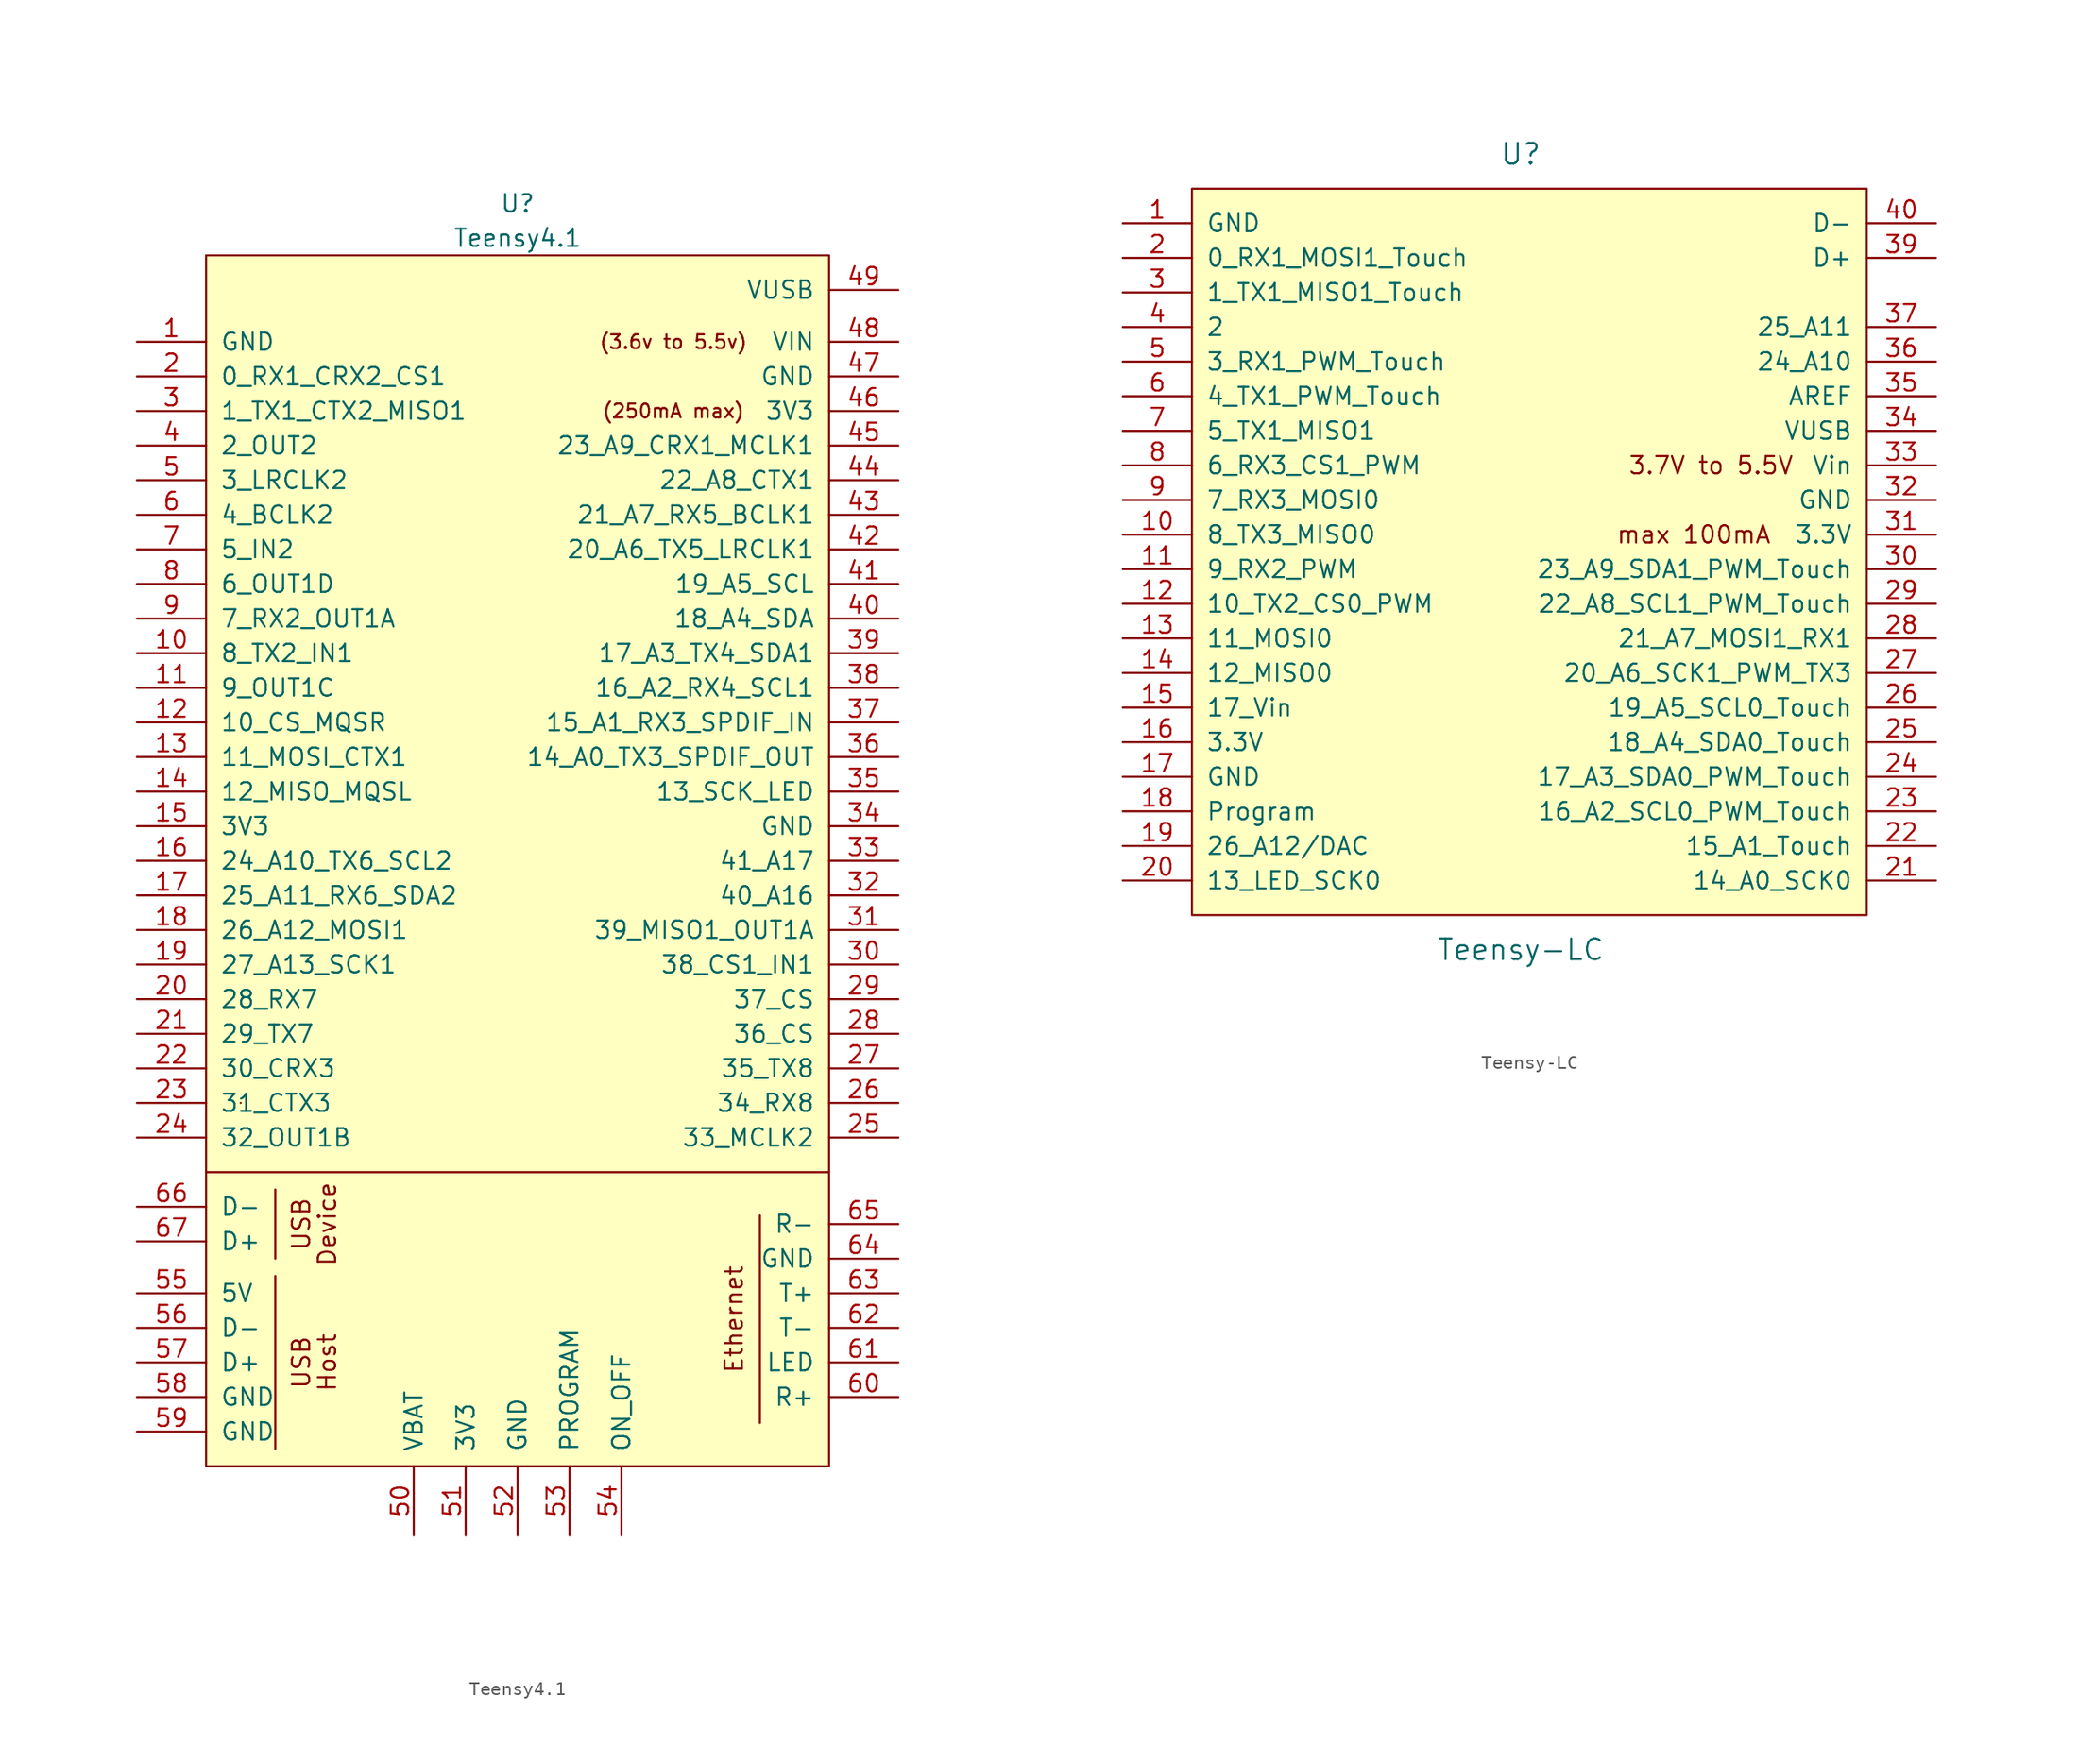
<source format=kicad_sym>
(kicad_symbol_lib
  (version 20211014)
  (generator kicad_symbol_editor)
  (symbol "Teensy4.1"
    (pin_names
      (offset 1.016))
    (property "Reference" "U"
      (at 0 64.77 0)
      (effects (font (size 1.27 1.27))))
    (property "Value" "Teensy4.1"
      (at 0 62.23 0)
      (effects (font (size 1.27 1.27))))
    (symbol "Teensy4.1_0_0"
      (polyline (pts (xy -22.86 -6.35) (xy 22.86 -6.35)) (stroke (width 0) (type default) (color 0 0 0 0)) (fill (type none)))
      (polyline (pts (xy -17.78 -26.67) (xy -17.78 -13.97)) (stroke (width 0) (type default) (color 0 0 0 0)) (fill (type none)))
      (polyline (pts (xy -17.78 -7.62) (xy -17.78 -12.7)) (stroke (width 0) (type default) (color 0 0 0 0)) (fill (type none)))
      (polyline (pts (xy 17.78 -9.525) (xy 17.78 -24.765)) (stroke (width 0) (type default) (color 0 0 0 0)) (fill (type none)))
      (text "(250mA max)" (at 11.43 49.53 0) (effects (font (size 1.016 1.016))))
      (text "(3.6v to 5.5v)" (at 11.43 54.61 0) (effects (font (size 1.016 1.016))))
      (text "Device" (at -13.97 -10.16 900) (effects (font (size 1.27 1.27))))
      (text "Ethernet" (at 15.875 -17.145 900) (effects (font (size 1.27 1.27))))
      (text "Host" (at -13.97 -20.32 900) (effects (font (size 1.27 1.27))))
      (text "USB" (at -15.875 -20.32 900) (effects (font (size 1.27 1.27))))
      (text "USB" (at -15.875 -10.16 900) (effects (font (size 1.27 1.27))))
      (pin bidirectional line (at -27.94 31.75 0) (length 5.08) (name "8_TX2_IN1" (effects (font (size 1.27 1.27)))) (number "10" (effects (font (size 1.27 1.27)))))
      (pin bidirectional line (at -27.94 29.21 0) (length 5.08) (name "9_OUT1C" (effects (font (size 1.27 1.27)))) (number "11" (effects (font (size 1.27 1.27)))))
      (pin bidirectional line (at -27.94 26.67 0) (length 5.08) (name "10_CS_MQSR" (effects (font (size 1.27 1.27)))) (number "12" (effects (font (size 1.27 1.27)))))
      (pin bidirectional line (at -27.94 24.13 0) (length 5.08) (name "11_MOSI_CTX1" (effects (font (size 1.27 1.27)))) (number "13" (effects (font (size 1.27 1.27)))))
      (pin bidirectional line (at -27.94 21.59 0) (length 5.08) (name "12_MISO_MQSL" (effects (font (size 1.27 1.27)))) (number "14" (effects (font (size 1.27 1.27)))))
      (pin power_in line (at -27.94 19.05 0) (length 5.08) (name "3V3" (effects (font (size 1.27 1.27)))) (number "15" (effects (font (size 1.27 1.27)))))
      (pin bidirectional line (at -27.94 16.51 0) (length 5.08) (name "24_A10_TX6_SCL2" (effects (font (size 1.27 1.27)))) (number "16" (effects (font (size 1.27 1.27)))))
      (pin bidirectional line (at -27.94 13.97 0) (length 5.08) (name "25_A11_RX6_SDA2" (effects (font (size 1.27 1.27)))) (number "17" (effects (font (size 1.27 1.27)))))
      (pin bidirectional line (at -27.94 11.43 0) (length 5.08) (name "26_A12_MOSI1" (effects (font (size 1.27 1.27)))) (number "18" (effects (font (size 1.27 1.27)))))
      (pin bidirectional line (at -27.94 8.89 0) (length 5.08) (name "27_A13_SCK1" (effects (font (size 1.27 1.27)))) (number "19" (effects (font (size 1.27 1.27)))))
      (pin bidirectional line (at -27.94 6.35 0) (length 5.08) (name "28_RX7" (effects (font (size 1.27 1.27)))) (number "20" (effects (font (size 1.27 1.27)))))
      (pin bidirectional line (at -27.94 3.81 0) (length 5.08) (name "29_TX7" (effects (font (size 1.27 1.27)))) (number "21" (effects (font (size 1.27 1.27)))))
      (pin bidirectional line (at -27.94 1.27 0) (length 5.08) (name "30_CRX3" (effects (font (size 1.27 1.27)))) (number "22" (effects (font (size 1.27 1.27)))))
      (pin bidirectional line (at -27.94 -1.27 0) (length 5.08) (name "31_CTX3" (effects (font (size 1.27 1.27)))) (number "23" (effects (font (size 1.27 1.27)))))
      (pin bidirectional line (at -27.94 -3.81 0) (length 5.08) (name "32_OUT1B" (effects (font (size 1.27 1.27)))) (number "24" (effects (font (size 1.27 1.27)))))
      (pin bidirectional line (at 27.94 -3.81 180) (length 5.08) (name "33_MCLK2" (effects (font (size 1.27 1.27)))) (number "25" (effects (font (size 1.27 1.27)))))
      (pin bidirectional line (at 27.94 -1.27 180) (length 5.08) (name "34_RX8" (effects (font (size 1.27 1.27)))) (number "26" (effects (font (size 1.27 1.27)))))
      (pin bidirectional line (at 27.94 1.27 180) (length 5.08) (name "35_TX8" (effects (font (size 1.27 1.27)))) (number "27" (effects (font (size 1.27 1.27)))))
      (pin bidirectional line (at 27.94 3.81 180) (length 5.08) (name "36_CS" (effects (font (size 1.27 1.27)))) (number "28" (effects (font (size 1.27 1.27)))))
      (pin bidirectional line (at 27.94 6.35 180) (length 5.08) (name "37_CS" (effects (font (size 1.27 1.27)))) (number "29" (effects (font (size 1.27 1.27)))))
      (pin bidirectional line (at 27.94 8.89 180) (length 5.08) (name "38_CS1_IN1" (effects (font (size 1.27 1.27)))) (number "30" (effects (font (size 1.27 1.27)))))
      (pin bidirectional line (at 27.94 11.43 180) (length 5.08) (name "39_MISO1_OUT1A" (effects (font (size 1.27 1.27)))) (number "31" (effects (font (size 1.27 1.27)))))
      (pin bidirectional line (at 27.94 13.97 180) (length 5.08) (name "40_A16" (effects (font (size 1.27 1.27)))) (number "32" (effects (font (size 1.27 1.27)))))
      (pin bidirectional line (at 27.94 16.51 180) (length 5.08) (name "41_A17" (effects (font (size 1.27 1.27)))) (number "33" (effects (font (size 1.27 1.27)))))
      (pin bidirectional line (at 27.94 21.59 180) (length 5.08) (name "13_SCK_LED" (effects (font (size 1.27 1.27)))) (number "35" (effects (font (size 1.27 1.27)))))
      (pin bidirectional line (at 27.94 24.13 180) (length 5.08) (name "14_A0_TX3_SPDIF_OUT" (effects (font (size 1.27 1.27)))) (number "36" (effects (font (size 1.27 1.27)))))
      (pin bidirectional line (at 27.94 26.67 180) (length 5.08) (name "15_A1_RX3_SPDIF_IN" (effects (font (size 1.27 1.27)))) (number "37" (effects (font (size 1.27 1.27)))))
      (pin bidirectional line (at 27.94 29.21 180) (length 5.08) (name "16_A2_RX4_SCL1" (effects (font (size 1.27 1.27)))) (number "38" (effects (font (size 1.27 1.27)))))
      (pin bidirectional line (at 27.94 31.75 180) (length 5.08) (name "17_A3_TX4_SDA1" (effects (font (size 1.27 1.27)))) (number "39" (effects (font (size 1.27 1.27)))))
      (pin bidirectional line (at 27.94 34.29 180) (length 5.08) (name "18_A4_SDA" (effects (font (size 1.27 1.27)))) (number "40" (effects (font (size 1.27 1.27)))))
      (pin bidirectional line (at 27.94 36.83 180) (length 5.08) (name "19_A5_SCL" (effects (font (size 1.27 1.27)))) (number "41" (effects (font (size 1.27 1.27)))))
      (pin bidirectional line (at 27.94 39.37 180) (length 5.08) (name "20_A6_TX5_LRCLK1" (effects (font (size 1.27 1.27)))) (number "42" (effects (font (size 1.27 1.27)))))
      (pin bidirectional line (at 27.94 41.91 180) (length 5.08) (name "21_A7_RX5_BCLK1" (effects (font (size 1.27 1.27)))) (number "43" (effects (font (size 1.27 1.27)))))
      (pin bidirectional line (at 27.94 44.45 180) (length 5.08) (name "22_A8_CTX1" (effects (font (size 1.27 1.27)))) (number "44" (effects (font (size 1.27 1.27)))))
      (pin bidirectional line (at 27.94 46.99 180) (length 5.08) (name "23_A9_CRX1_MCLK1" (effects (font (size 1.27 1.27)))) (number "45" (effects (font (size 1.27 1.27)))))
      (pin output line (at 27.94 49.53 180) (length 5.08) (name "3V3" (effects (font (size 1.27 1.27)))) (number "46" (effects (font (size 1.27 1.27)))))
      (pin output line (at 27.94 52.07 180) (length 5.08) (name "GND" (effects (font (size 1.27 1.27)))) (number "47" (effects (font (size 1.27 1.27)))))
      (pin power_in line (at 27.94 54.61 180) (length 5.08) (name "VIN" (effects (font (size 1.27 1.27)))) (number "48" (effects (font (size 1.27 1.27)))))
      (pin power_out line (at 27.94 58.42 180) (length 5.08) (name "VUSB" (effects (font (size 1.27 1.27)))) (number "49" (effects (font (size 1.27 1.27)))))
      (pin bidirectional line (at -27.94 44.45 0) (length 5.08) (name "3_LRCLK2" (effects (font (size 1.27 1.27)))) (number "5" (effects (font (size 1.27 1.27)))))
      (pin power_in line (at -7.62 -33.02 90) (length 5.08) (name "VBAT" (effects (font (size 1.27 1.27)))) (number "50" (effects (font (size 1.27 1.27)))))
      (pin power_in line (at -3.81 -33.02 90) (length 5.08) (name "3V3" (effects (font (size 1.27 1.27)))) (number "51" (effects (font (size 1.27 1.27)))))
      (pin input line (at 0 -33.02 90) (length 5.08) (name "GND" (effects (font (size 1.27 1.27)))) (number "52" (effects (font (size 1.27 1.27)))))
      (pin input line (at 3.81 -33.02 90) (length 5.08) (name "PROGRAM" (effects (font (size 1.27 1.27)))) (number "53" (effects (font (size 1.27 1.27)))))
      (pin input line (at 7.62 -33.02 90) (length 5.08) (name "ON_OFF" (effects (font (size 1.27 1.27)))) (number "54" (effects (font (size 1.27 1.27)))))
      (pin power_out line (at -27.94 -15.24 0) (length 5.08) (name "5V" (effects (font (size 1.27 1.27)))) (number "55" (effects (font (size 1.27 1.27)))))
      (pin bidirectional line (at -27.94 -17.78 0) (length 5.08) (name "D-" (effects (font (size 1.27 1.27)))) (number "56" (effects (font (size 1.27 1.27)))))
      (pin bidirectional line (at -27.94 -20.32 0) (length 5.08) (name "D+" (effects (font (size 1.27 1.27)))) (number "57" (effects (font (size 1.27 1.27)))))
      (pin power_in line (at -27.94 -22.86 0) (length 5.08) (name "GND" (effects (font (size 1.27 1.27)))) (number "58" (effects (font (size 1.27 1.27)))))
      (pin power_in line (at -27.94 -25.4 0) (length 5.08) (name "GND" (effects (font (size 1.27 1.27)))) (number "59" (effects (font (size 1.27 1.27)))))
      (pin bidirectional line (at -27.94 41.91 0) (length 5.08) (name "4_BCLK2" (effects (font (size 1.27 1.27)))) (number "6" (effects (font (size 1.27 1.27)))))
      (pin bidirectional line (at 27.94 -22.86 180) (length 5.08) (name "R+" (effects (font (size 1.27 1.27)))) (number "60" (effects (font (size 1.27 1.27)))))
      (pin bidirectional line (at 27.94 -20.32 180) (length 5.08) (name "LED" (effects (font (size 1.27 1.27)))) (number "61" (effects (font (size 1.27 1.27)))))
      (pin bidirectional line (at 27.94 -17.78 180) (length 5.08) (name "T-" (effects (font (size 1.27 1.27)))) (number "62" (effects (font (size 1.27 1.27)))))
      (pin bidirectional line (at 27.94 -15.24 180) (length 5.08) (name "T+" (effects (font (size 1.27 1.27)))) (number "63" (effects (font (size 1.27 1.27)))))
      (pin power_in line (at 27.94 -12.7 180) (length 5.08) (name "GND" (effects (font (size 1.27 1.27)))) (number "64" (effects (font (size 1.27 1.27)))))
      (pin bidirectional line (at 27.94 -10.16 180) (length 5.08) (name "R-" (effects (font (size 1.27 1.27)))) (number "65" (effects (font (size 1.27 1.27)))))
      (pin bidirectional line (at -27.94 -8.89 0) (length 5.08) (name "D-" (effects (font (size 1.27 1.27)))) (number "66" (effects (font (size 1.27 1.27)))))
      (pin bidirectional line (at -27.94 -11.43 0) (length 5.08) (name "D+" (effects (font (size 1.27 1.27)))) (number "67" (effects (font (size 1.27 1.27)))))
      (pin bidirectional line (at -27.94 39.37 0) (length 5.08) (name "5_IN2" (effects (font (size 1.27 1.27)))) (number "7" (effects (font (size 1.27 1.27)))))
      (pin bidirectional line (at -27.94 36.83 0) (length 5.08) (name "6_OUT1D" (effects (font (size 1.27 1.27)))) (number "8" (effects (font (size 1.27 1.27)))))
      (pin bidirectional line (at -27.94 34.29 0) (length 5.08) (name "7_RX2_OUT1A" (effects (font (size 1.27 1.27)))) (number "9" (effects (font (size 1.27 1.27))))))
    (symbol "Teensy4.1_0_1"
      (rectangle (start -22.86 60.96) (end 22.86 -27.94) (stroke (width 0) (type default) (color 0 0 0 0)) (fill (type background)))
      (rectangle (start -20.32 -1.27) (end -20.32 -1.27) (stroke (width 0) (type default) (color 0 0 0 0)) (fill (type none))))
    (symbol "Teensy4.1_1_1"
      (pin power_in line (at -27.94 54.61 0) (length 5.08) (name "GND" (effects (font (size 1.27 1.27)))) (number "1" (effects (font (size 1.27 1.27)))))
      (pin bidirectional line (at -27.94 52.07 0) (length 5.08) (name "0_RX1_CRX2_CS1" (effects (font (size 1.27 1.27)))) (number "2" (effects (font (size 1.27 1.27)))))
      (pin bidirectional line (at -27.94 49.53 0) (length 5.08) (name "1_TX1_CTX2_MISO1" (effects (font (size 1.27 1.27)))) (number "3" (effects (font (size 1.27 1.27)))))
      (pin power_in line (at 27.94 19.05 180) (length 5.08) (name "GND" (effects (font (size 1.27 1.27)))) (number "34" (effects (font (size 1.27 1.27)))))
      (pin bidirectional line (at -27.94 46.99 0) (length 5.08) (name "2_OUT2" (effects (font (size 1.27 1.27)))) (number "4" (effects (font (size 1.27 1.27)))))))
  (symbol "Teensy-LC"
    (pin_names
      (offset 1.016))
    (property "Reference" "U"
      (at 0 29.21 0)
      (effects (font (size 1.524 1.524))))
    (property "Value" "Teensy-LC"
      (at 0 -29.21 0)
      (effects (font (size 1.524 1.524))))
    (property "Footprint" ""
      (at 0 -13.97 0)
      (effects (font (size 1.524 1.524))))
    (property "Datasheet" ""
      (at 0 -13.97 0)
      (effects (font (size 1.524 1.524))))
    (symbol "Teensy-LC_0_0"
      (text "3.7V to 5.5V" (at 13.97 6.35 0) (effects (font (size 1.27 1.27))))
      (text "max 100mA" (at 12.7 1.27 0) (effects (font (size 1.27 1.27)))))
    (symbol "Teensy-LC_0_1"
      (rectangle (start -24.13 26.67) (end 25.4 -26.67) (stroke (width 0) (type default) (color 0 0 0 0)) (fill (type background))))
    (symbol "Teensy-LC_1_1"
      (pin power_in line (at -29.21 24.13 0) (length 5.08) (name "GND" (effects (font (size 1.27 1.27)))) (number "1" (effects (font (size 1.27 1.27)))))
      (pin bidirectional line (at -29.21 1.27 0) (length 5.08) (name "8_TX3_MISO0" (effects (font (size 1.27 1.27)))) (number "10" (effects (font (size 1.27 1.27)))))
      (pin bidirectional line (at -29.21 -1.27 0) (length 5.08) (name "9_RX2_PWM" (effects (font (size 1.27 1.27)))) (number "11" (effects (font (size 1.27 1.27)))))
      (pin bidirectional line (at -29.21 -3.81 0) (length 5.08) (name "10_TX2_CS0_PWM" (effects (font (size 1.27 1.27)))) (number "12" (effects (font (size 1.27 1.27)))))
      (pin bidirectional line (at -29.21 -6.35 0) (length 5.08) (name "11_MOSI0" (effects (font (size 1.27 1.27)))) (number "13" (effects (font (size 1.27 1.27)))))
      (pin bidirectional line (at -29.21 -8.89 0) (length 5.08) (name "12_MISO0" (effects (font (size 1.27 1.27)))) (number "14" (effects (font (size 1.27 1.27)))))
      (pin output line (at -29.21 -11.43 0) (length 5.08) (name "17_Vin" (effects (font (size 1.27 1.27)))) (number "15" (effects (font (size 1.27 1.27)))))
      (pin power_in line (at -29.21 -13.97 0) (length 5.08) (name "3.3V" (effects (font (size 1.27 1.27)))) (number "16" (effects (font (size 1.27 1.27)))))
      (pin power_in line (at -29.21 -16.51 0) (length 5.08) (name "GND" (effects (font (size 1.27 1.27)))) (number "17" (effects (font (size 1.27 1.27)))))
      (pin input line (at -29.21 -19.05 0) (length 5.08) (name "Program" (effects (font (size 1.27 1.27)))) (number "18" (effects (font (size 1.27 1.27)))))
      (pin bidirectional line (at -29.21 -21.59 0) (length 5.08) (name "26_A12/DAC" (effects (font (size 1.27 1.27)))) (number "19" (effects (font (size 1.27 1.27)))))
      (pin bidirectional line (at -29.21 21.59 0) (length 5.08) (name "0_RX1_MOSI1_Touch" (effects (font (size 1.27 1.27)))) (number "2" (effects (font (size 1.27 1.27)))))
      (pin bidirectional line (at -29.21 -24.13 0) (length 5.08) (name "13_LED_SCK0" (effects (font (size 1.27 1.27)))) (number "20" (effects (font (size 1.27 1.27)))))
      (pin bidirectional line (at 30.48 -24.13 180) (length 5.08) (name "14_A0_SCK0" (effects (font (size 1.27 1.27)))) (number "21" (effects (font (size 1.27 1.27)))))
      (pin bidirectional line (at 30.48 -21.59 180) (length 5.08) (name "15_A1_Touch" (effects (font (size 1.27 1.27)))) (number "22" (effects (font (size 1.27 1.27)))))
      (pin bidirectional line (at 30.48 -19.05 180) (length 5.08) (name "16_A2_SCL0_PWM_Touch" (effects (font (size 1.27 1.27)))) (number "23" (effects (font (size 1.27 1.27)))))
      (pin bidirectional line (at 30.48 -16.51 180) (length 5.08) (name "17_A3_SDA0_PWM_Touch" (effects (font (size 1.27 1.27)))) (number "24" (effects (font (size 1.27 1.27)))))
      (pin bidirectional line (at 30.48 -13.97 180) (length 5.08) (name "18_A4_SDA0_Touch" (effects (font (size 1.27 1.27)))) (number "25" (effects (font (size 1.27 1.27)))))
      (pin bidirectional line (at 30.48 -11.43 180) (length 5.08) (name "19_A5_SCL0_Touch" (effects (font (size 1.27 1.27)))) (number "26" (effects (font (size 1.27 1.27)))))
      (pin bidirectional line (at 30.48 -8.89 180) (length 5.08) (name "20_A6_SCK1_PWM_TX3" (effects (font (size 1.27 1.27)))) (number "27" (effects (font (size 1.27 1.27)))))
      (pin bidirectional line (at 30.48 -6.35 180) (length 5.08) (name "21_A7_MOSI1_RX1" (effects (font (size 1.27 1.27)))) (number "28" (effects (font (size 1.27 1.27)))))
      (pin bidirectional line (at 30.48 -3.81 180) (length 5.08) (name "22_A8_SCL1_PWM_Touch" (effects (font (size 1.27 1.27)))) (number "29" (effects (font (size 1.27 1.27)))))
      (pin bidirectional line (at -29.21 19.05 0) (length 5.08) (name "1_TX1_MISO1_Touch" (effects (font (size 1.27 1.27)))) (number "3" (effects (font (size 1.27 1.27)))))
      (pin bidirectional line (at 30.48 -1.27 180) (length 5.08) (name "23_A9_SDA1_PWM_Touch" (effects (font (size 1.27 1.27)))) (number "30" (effects (font (size 1.27 1.27)))))
      (pin power_out line (at 30.48 1.27 180) (length 5.08) (name "3.3V" (effects (font (size 1.27 1.27)))) (number "31" (effects (font (size 1.27 1.27)))))
      (pin power_in line (at 30.48 3.81 180) (length 5.08) (name "GND" (effects (font (size 1.27 1.27)))) (number "32" (effects (font (size 1.27 1.27)))))
      (pin power_in line (at 30.48 6.35 180) (length 5.08) (name "Vin" (effects (font (size 1.27 1.27)))) (number "33" (effects (font (size 1.27 1.27)))))
      (pin power_in line (at 30.48 8.89 180) (length 5.08) (name "VUSB" (effects (font (size 1.27 1.27)))) (number "34" (effects (font (size 1.27 1.27)))))
      (pin input line (at 30.48 11.43 180) (length 5.08) (name "AREF" (effects (font (size 1.27 1.27)))) (number "35" (effects (font (size 1.27 1.27)))))
      (pin bidirectional line (at 30.48 13.97 180) (length 5.08) (name "24_A10" (effects (font (size 1.27 1.27)))) (number "36" (effects (font (size 1.27 1.27)))))
      (pin bidirectional line (at 30.48 16.51 180) (length 5.08) (name "25_A11" (effects (font (size 1.27 1.27)))) (number "37" (effects (font (size 1.27 1.27)))))
      (pin bidirectional line (at 30.48 21.59 180) (length 5.08) (name "D+" (effects (font (size 1.27 1.27)))) (number "39" (effects (font (size 1.27 1.27)))))
      (pin bidirectional line (at -29.21 16.51 0) (length 5.08) (name "2" (effects (font (size 1.27 1.27)))) (number "4" (effects (font (size 1.27 1.27)))))
      (pin bidirectional line (at 30.48 24.13 180) (length 5.08) (name "D-" (effects (font (size 1.27 1.27)))) (number "40" (effects (font (size 1.27 1.27)))))
      (pin bidirectional line (at -29.21 13.97 0) (length 5.08) (name "3_RX1_PWM_Touch" (effects (font (size 1.27 1.27)))) (number "5" (effects (font (size 1.27 1.27)))))
      (pin bidirectional line (at -29.21 11.43 0) (length 5.08) (name "4_TX1_PWM_Touch" (effects (font (size 1.27 1.27)))) (number "6" (effects (font (size 1.27 1.27)))))
      (pin bidirectional line (at -29.21 8.89 0) (length 5.08) (name "5_TX1_MISO1" (effects (font (size 1.27 1.27)))) (number "7" (effects (font (size 1.27 1.27)))))
      (pin bidirectional line (at -29.21 6.35 0) (length 5.08) (name "6_RX3_CS1_PWM" (effects (font (size 1.27 1.27)))) (number "8" (effects (font (size 1.27 1.27)))))
      (pin bidirectional line (at -29.21 3.81 0) (length 5.08) (name "7_RX3_MOSI0" (effects (font (size 1.27 1.27)))) (number "9" (effects (font (size 1.27 1.27))))))))
</source>
